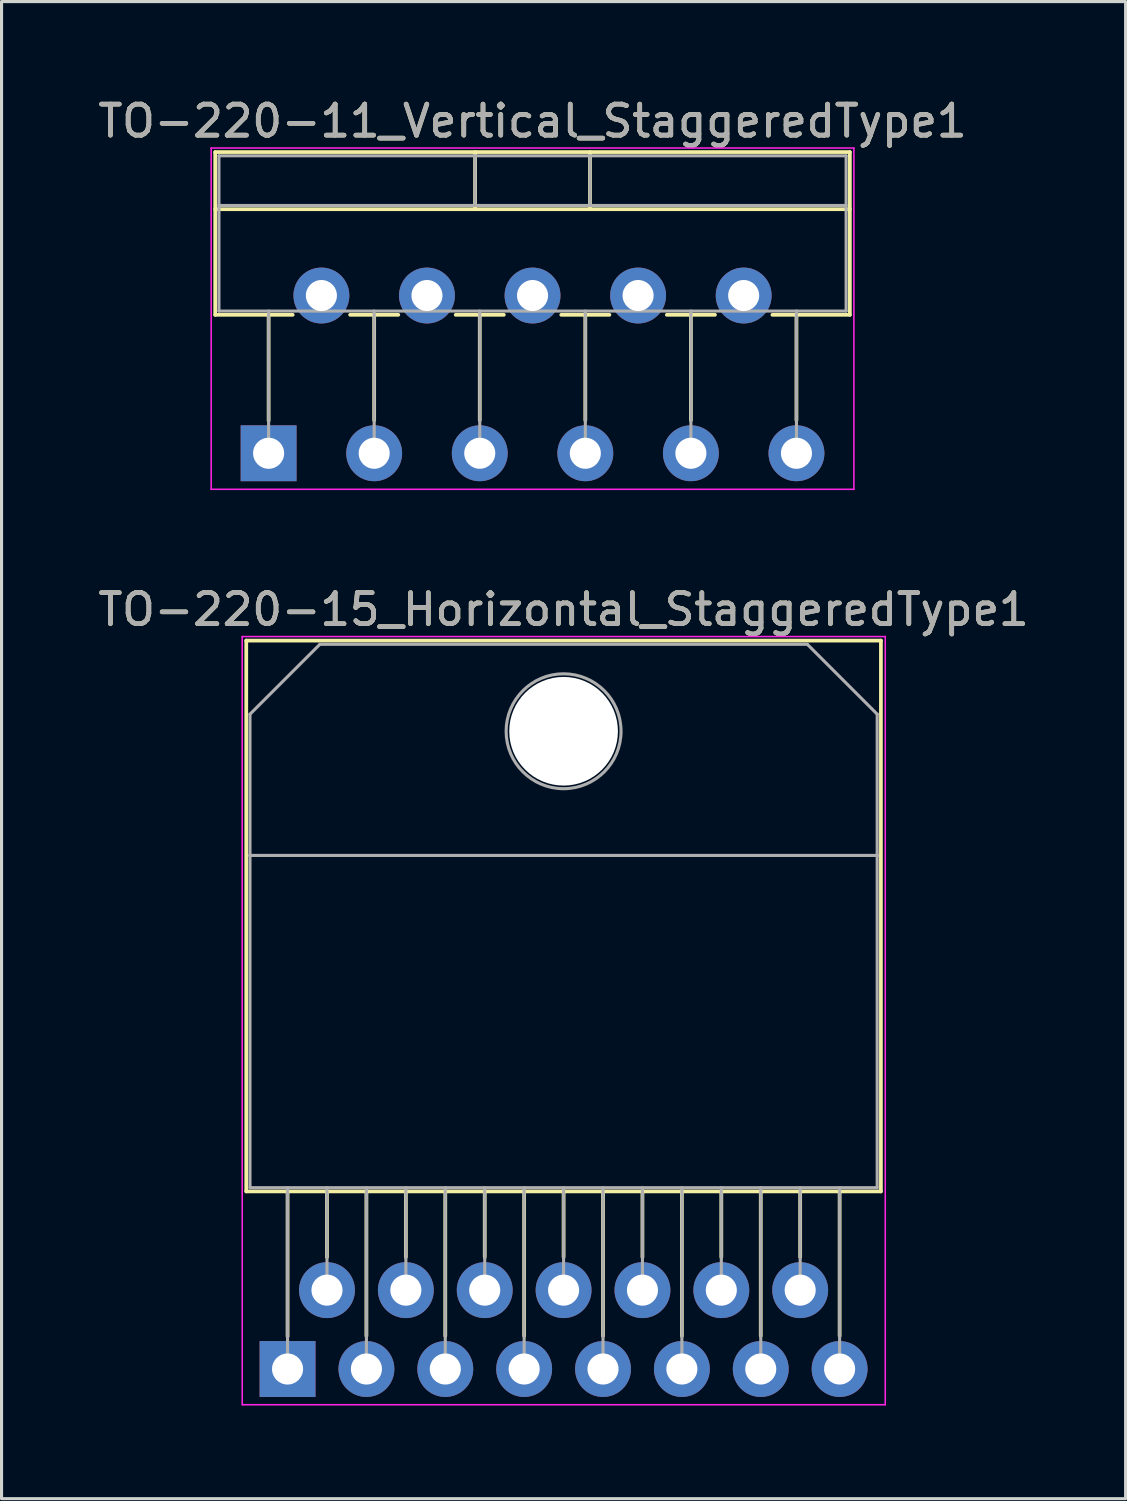
<source format=kicad_pcb>
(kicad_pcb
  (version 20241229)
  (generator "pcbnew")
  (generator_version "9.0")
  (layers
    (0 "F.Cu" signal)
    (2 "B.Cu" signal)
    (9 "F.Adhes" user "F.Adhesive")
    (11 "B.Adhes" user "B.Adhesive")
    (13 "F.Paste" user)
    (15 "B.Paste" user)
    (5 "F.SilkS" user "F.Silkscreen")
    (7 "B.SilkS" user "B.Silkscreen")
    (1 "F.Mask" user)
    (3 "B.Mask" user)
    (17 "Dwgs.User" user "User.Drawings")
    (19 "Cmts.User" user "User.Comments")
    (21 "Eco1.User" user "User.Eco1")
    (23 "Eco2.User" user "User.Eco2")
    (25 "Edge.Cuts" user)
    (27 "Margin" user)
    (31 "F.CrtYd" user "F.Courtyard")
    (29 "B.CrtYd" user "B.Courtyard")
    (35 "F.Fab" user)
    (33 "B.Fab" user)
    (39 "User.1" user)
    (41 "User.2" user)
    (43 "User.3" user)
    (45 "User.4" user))
  (footprint "TO-220-15_Horizontal_StaggeredType1"
    (layer "F.Cu")
    (at 6.211 41.041)
    (property "Reference" "TO-220-15_Horizontal_StaggeredType1" (at 8.89 -24.46 0) (layer "F.SilkS") (effects (font (size 1 1) (thickness 0.15))))
    (attr through_hole)
    (fp_line (start -1.33 -23.46) (end -1.33 -5.72) (stroke (width 0.12) (type solid)) (layer "F.SilkS"))
    (fp_line (start -1.33 -23.46) (end 19.11 -23.46) (stroke (width 0.12) (type solid)) (layer "F.SilkS"))
    (fp_line (start -1.33 -5.72) (end 19.11 -5.72) (stroke (width 0.12) (type solid)) (layer "F.SilkS"))
    (fp_line (start 0 -5.72) (end 0 -1.05) (stroke (width 0.12) (type solid)) (layer "F.SilkS"))
    (fp_line (start 1.27 -5.72) (end 1.27 -3.606) (stroke (width 0.12) (type solid)) (layer "F.SilkS"))
    (fp_line (start 2.54 -5.72) (end 2.54 -1.065) (stroke (width 0.12) (type solid)) (layer "F.SilkS"))
    (fp_line (start 3.81 -5.72) (end 3.81 -3.606) (stroke (width 0.12) (type solid)) (layer "F.SilkS"))
    (fp_line (start 5.08 -5.72) (end 5.08 -1.065) (stroke (width 0.12) (type solid)) (layer "F.SilkS"))
    (fp_line (start 6.35 -5.72) (end 6.35 -3.606) (stroke (width 0.12) (type solid)) (layer "F.SilkS"))
    (fp_line (start 7.62 -5.72) (end 7.62 -1.065) (stroke (width 0.12) (type solid)) (layer "F.SilkS"))
    (fp_line (start 8.89 -5.72) (end 8.89 -3.606) (stroke (width 0.12) (type solid)) (layer "F.SilkS"))
    (fp_line (start 10.16 -5.72) (end 10.16 -1.065) (stroke (width 0.12) (type solid)) (layer "F.SilkS"))
    (fp_line (start 11.43 -5.72) (end 11.43 -3.606) (stroke (width 0.12) (type solid)) (layer "F.SilkS"))
    (fp_line (start 12.7 -5.72) (end 12.7 -1.065) (stroke (width 0.12) (type solid)) (layer "F.SilkS"))
    (fp_line (start 13.97 -5.72) (end 13.97 -3.606) (stroke (width 0.12) (type solid)) (layer "F.SilkS"))
    (fp_line (start 15.24 -5.72) (end 15.24 -1.065) (stroke (width 0.12) (type solid)) (layer "F.SilkS"))
    (fp_line (start 16.51 -5.72) (end 16.51 -3.606) (stroke (width 0.12) (type solid)) (layer "F.SilkS"))
    (fp_line (start 17.78 -5.72) (end 17.78 -1.065) (stroke (width 0.12) (type solid)) (layer "F.SilkS"))
    (fp_line (start 19.11 -23.46) (end 19.11 -5.72) (stroke (width 0.12) (type solid)) (layer "F.SilkS"))
    (fp_line (start -1.46 -23.59) (end -1.46 1.15) (stroke (width 0.05) (type solid)) (layer "F.CrtYd"))
    (fp_line (start -1.46 1.15) (end 19.25 1.15) (stroke (width 0.05) (type solid)) (layer "F.CrtYd"))
    (fp_line (start 19.25 -23.59) (end -1.46 -23.59) (stroke (width 0.05) (type solid)) (layer "F.CrtYd"))
    (fp_line (start 19.25 1.15) (end 19.25 -23.59) (stroke (width 0.05) (type solid)) (layer "F.CrtYd"))
    (fp_line (start -1.21 -21.09) (end 1.041 -23.34) (stroke (width 0.1) (type solid)) (layer "F.Fab"))
    (fp_line (start -1.21 -16.54) (end -1.21 -21.09) (stroke (width 0.1) (type solid)) (layer "F.Fab"))
    (fp_line (start -1.21 -16.54) (end 18.99 -16.54) (stroke (width 0.1) (type solid)) (layer "F.Fab"))
    (fp_line (start -1.21 -5.84) (end -1.21 -16.54) (stroke (width 0.1) (type solid)) (layer "F.Fab"))
    (fp_line (start 0 -5.84) (end 0 0) (stroke (width 0.1) (type solid)) (layer "F.Fab"))
    (fp_line (start 1.041 -23.34) (end 16.74 -23.34) (stroke (width 0.1) (type solid)) (layer "F.Fab"))
    (fp_line (start 1.27 -5.84) (end 1.27 -2.54) (stroke (width 0.1) (type solid)) (layer "F.Fab"))
    (fp_line (start 2.54 -5.84) (end 2.54 0) (stroke (width 0.1) (type solid)) (layer "F.Fab"))
    (fp_line (start 3.81 -5.84) (end 3.81 -2.54) (stroke (width 0.1) (type solid)) (layer "F.Fab"))
    (fp_line (start 5.08 -5.84) (end 5.08 0) (stroke (width 0.1) (type solid)) (layer "F.Fab"))
    (fp_line (start 6.35 -5.84) (end 6.35 -2.54) (stroke (width 0.1) (type solid)) (layer "F.Fab"))
    (fp_line (start 7.62 -5.84) (end 7.62 0) (stroke (width 0.1) (type solid)) (layer "F.Fab"))
    (fp_line (start 8.89 -5.84) (end 8.89 -2.54) (stroke (width 0.1) (type solid)) (layer "F.Fab"))
    (fp_line (start 10.16 -5.84) (end 10.16 0) (stroke (width 0.1) (type solid)) (layer "F.Fab"))
    (fp_line (start 11.43 -5.84) (end 11.43 -2.54) (stroke (width 0.1) (type solid)) (layer "F.Fab"))
    (fp_line (start 12.7 -5.84) (end 12.7 0) (stroke (width 0.1) (type solid)) (layer "F.Fab"))
    (fp_line (start 13.97 -5.84) (end 13.97 -2.54) (stroke (width 0.1) (type solid)) (layer "F.Fab"))
    (fp_line (start 15.24 -5.84) (end 15.24 0) (stroke (width 0.1) (type solid)) (layer "F.Fab"))
    (fp_line (start 16.51 -5.84) (end 16.51 -2.54) (stroke (width 0.1) (type solid)) (layer "F.Fab"))
    (fp_line (start 16.74 -23.34) (end 18.99 -21.09) (stroke (width 0.1) (type solid)) (layer "F.Fab"))
    (fp_line (start 17.78 -5.84) (end 17.78 0) (stroke (width 0.1) (type solid)) (layer "F.Fab"))
    (fp_line (start 18.99 -21.09) (end 18.99 -16.54) (stroke (width 0.1) (type solid)) (layer "F.Fab"))
    (fp_line (start 18.99 -16.54) (end -1.21 -16.54) (stroke (width 0.1) (type solid)) (layer "F.Fab"))
    (fp_line (start 18.99 -16.54) (end 18.99 -5.84) (stroke (width 0.1) (type solid)) (layer "F.Fab"))
    (fp_line (start 18.99 -5.84) (end -1.21 -5.84) (stroke (width 0.1) (type solid)) (layer "F.Fab"))
    (fp_circle (center 8.89 -20.54) (end 10.74 -20.54) (stroke (width 0.1) (type solid)) (fill no) (layer "F.Fab"))
    (fp_text user "${REFERENCE}" (at 8.89 -24.46 0) (layer "F.Fab") (effects (font (size 1 1) (thickness 0.15))))
    (pad "" np_thru_hole oval (at 8.89 -20.54) (size 3.5 3.5) (drill 3.5) (layers "*.Cu" "*.Mask"))
    (pad "1" thru_hole rect (at 0 0) (size 1.8 1.8) (drill 1) (layers "*.Cu" "*.Mask"))
    (pad "2" thru_hole oval (at 1.27 -2.54) (size 1.8 1.8) (drill 1) (layers "*.Cu" "*.Mask"))
    (pad "3" thru_hole oval (at 2.54 0) (size 1.8 1.8) (drill 1) (layers "*.Cu" "*.Mask"))
    (pad "4" thru_hole oval (at 3.81 -2.54) (size 1.8 1.8) (drill 1) (layers "*.Cu" "*.Mask"))
    (pad "5" thru_hole oval (at 5.08 0) (size 1.8 1.8) (drill 1) (layers "*.Cu" "*.Mask"))
    (pad "6" thru_hole oval (at 6.35 -2.54) (size 1.8 1.8) (drill 1) (layers "*.Cu" "*.Mask"))
    (pad "7" thru_hole oval (at 7.62 0) (size 1.8 1.8) (drill 1) (layers "*.Cu" "*.Mask"))
    (pad "8" thru_hole oval (at 8.89 -2.54) (size 1.8 1.8) (drill 1) (layers "*.Cu" "*.Mask"))
    (pad "9" thru_hole oval (at 10.16 0) (size 1.8 1.8) (drill 1) (layers "*.Cu" "*.Mask"))
    (pad "10" thru_hole oval (at 11.43 -2.54) (size 1.8 1.8) (drill 1) (layers "*.Cu" "*.Mask"))
    (pad "11" thru_hole oval (at 12.7 0) (size 1.8 1.8) (drill 1) (layers "*.Cu" "*.Mask"))
    (pad "12" thru_hole oval (at 13.97 -2.54) (size 1.8 1.8) (drill 1) (layers "*.Cu" "*.Mask"))
    (pad "13" thru_hole oval (at 15.24 0) (size 1.8 1.8) (drill 1) (layers "*.Cu" "*.Mask"))
    (pad "14" thru_hole oval (at 16.51 -2.54) (size 1.8 1.8) (drill 1) (layers "*.Cu" "*.Mask"))
    (pad "15" thru_hole oval (at 17.78 0) (size 1.8 1.8) (drill 1) (layers "*.Cu" "*.Mask")))
  (footprint "TO-220-11_Vertical_StaggeredType1"
    (layer "F.Cu")
    (at 5.601 11.548)
    (property "Reference" "TO-220-11_Vertical_StaggeredType1" (at 8.5 -10.7 0) (layer "F.SilkS") (effects (font (size 1 1) (thickness 0.15))))
    (attr through_hole)
    (fp_line (start -1.72 -9.7) (end -1.72 -4.459) (stroke (width 0.12) (type solid)) (layer "F.SilkS"))
    (fp_line (start -1.72 -9.7) (end 18.72 -9.7) (stroke (width 0.12) (type solid)) (layer "F.SilkS"))
    (fp_line (start -1.72 -7.86) (end 18.72 -7.86) (stroke (width 0.12) (type solid)) (layer "F.SilkS"))
    (fp_line (start -1.72 -4.459) (end 0.776 -4.459) (stroke (width 0.12) (type solid)) (layer "F.SilkS"))
    (fp_line (start 0 -4.459) (end 0 -1.05) (stroke (width 0.12) (type solid)) (layer "F.SilkS"))
    (fp_line (start 2.625 -4.459) (end 4.176 -4.459) (stroke (width 0.12) (type solid)) (layer "F.SilkS"))
    (fp_line (start 3.4 -4.459) (end 3.4 -1.065) (stroke (width 0.12) (type solid)) (layer "F.SilkS"))
    (fp_line (start 6.025 -4.459) (end 7.576 -4.459) (stroke (width 0.12) (type solid)) (layer "F.SilkS"))
    (fp_line (start 6.65 -9.7) (end 6.65 -7.86) (stroke (width 0.12) (type solid)) (layer "F.SilkS"))
    (fp_line (start 6.8 -4.459) (end 6.8 -1.065) (stroke (width 0.12) (type solid)) (layer "F.SilkS"))
    (fp_line (start 9.425 -4.459) (end 10.976 -4.459) (stroke (width 0.12) (type solid)) (layer "F.SilkS"))
    (fp_line (start 10.2 -4.459) (end 10.2 -1.065) (stroke (width 0.12) (type solid)) (layer "F.SilkS"))
    (fp_line (start 10.35 -9.7) (end 10.35 -7.86) (stroke (width 0.12) (type solid)) (layer "F.SilkS"))
    (fp_line (start 12.825 -4.459) (end 14.376 -4.459) (stroke (width 0.12) (type solid)) (layer "F.SilkS"))
    (fp_line (start 13.6 -4.459) (end 13.6 -1.065) (stroke (width 0.12) (type solid)) (layer "F.SilkS"))
    (fp_line (start 16.225 -4.459) (end 18.72 -4.459) (stroke (width 0.12) (type solid)) (layer "F.SilkS"))
    (fp_line (start 17 -4.459) (end 17 -1.065) (stroke (width 0.12) (type solid)) (layer "F.SilkS"))
    (fp_line (start 18.72 -9.7) (end 18.72 -4.459) (stroke (width 0.12) (type solid)) (layer "F.SilkS"))
    (fp_line (start -1.85 -9.83) (end -1.85 1.16) (stroke (width 0.05) (type solid)) (layer "F.CrtYd"))
    (fp_line (start -1.85 1.16) (end 18.85 1.16) (stroke (width 0.05) (type solid)) (layer "F.CrtYd"))
    (fp_line (start 18.85 -9.83) (end -1.85 -9.83) (stroke (width 0.05) (type solid)) (layer "F.CrtYd"))
    (fp_line (start 18.85 1.16) (end 18.85 -9.83) (stroke (width 0.05) (type solid)) (layer "F.CrtYd"))
    (fp_line (start -1.6 -9.58) (end -1.6 -4.58) (stroke (width 0.1) (type solid)) (layer "F.Fab"))
    (fp_line (start -1.6 -7.98) (end 18.6 -7.98) (stroke (width 0.1) (type solid)) (layer "F.Fab"))
    (fp_line (start -1.6 -4.58) (end 18.6 -4.58) (stroke (width 0.1) (type solid)) (layer "F.Fab"))
    (fp_line (start 0 -4.58) (end 0 0) (stroke (width 0.1) (type solid)) (layer "F.Fab"))
    (fp_line (start 3.4 -4.58) (end 3.4 0) (stroke (width 0.1) (type solid)) (layer "F.Fab"))
    (fp_line (start 6.65 -9.58) (end 6.65 -7.98) (stroke (width 0.1) (type solid)) (layer "F.Fab"))
    (fp_line (start 6.8 -4.58) (end 6.8 0) (stroke (width 0.1) (type solid)) (layer "F.Fab"))
    (fp_line (start 10.2 -4.58) (end 10.2 0) (stroke (width 0.1) (type solid)) (layer "F.Fab"))
    (fp_line (start 10.35 -9.58) (end 10.35 -7.98) (stroke (width 0.1) (type solid)) (layer "F.Fab"))
    (fp_line (start 13.6 -4.58) (end 13.6 0) (stroke (width 0.1) (type solid)) (layer "F.Fab"))
    (fp_line (start 17 -4.58) (end 17 0) (stroke (width 0.1) (type solid)) (layer "F.Fab"))
    (fp_line (start 18.6 -9.58) (end -1.6 -9.58) (stroke (width 0.1) (type solid)) (layer "F.Fab"))
    (fp_line (start 18.6 -4.58) (end 18.6 -9.58) (stroke (width 0.1) (type solid)) (layer "F.Fab"))
    (fp_text user "${REFERENCE}" (at 8.5 -10.7 0) (layer "F.Fab") (effects (font (size 1 1) (thickness 0.15))))
    (pad "1" thru_hole rect (at 0 0) (size 1.8 1.8) (drill 1) (layers "*.Cu" "*.Mask"))
    (pad "2" thru_hole oval (at 1.7 -5.08) (size 1.8 1.8) (drill 1) (layers "*.Cu" "*.Mask"))
    (pad "3" thru_hole oval (at 3.4 0) (size 1.8 1.8) (drill 1) (layers "*.Cu" "*.Mask"))
    (pad "4" thru_hole oval (at 5.1 -5.08) (size 1.8 1.8) (drill 1) (layers "*.Cu" "*.Mask"))
    (pad "5" thru_hole oval (at 6.8 0) (size 1.8 1.8) (drill 1) (layers "*.Cu" "*.Mask"))
    (pad "6" thru_hole oval (at 8.5 -5.08) (size 1.8 1.8) (drill 1) (layers "*.Cu" "*.Mask"))
    (pad "7" thru_hole oval (at 10.2 0) (size 1.8 1.8) (drill 1) (layers "*.Cu" "*.Mask"))
    (pad "8" thru_hole oval (at 11.9 -5.08) (size 1.8 1.8) (drill 1) (layers "*.Cu" "*.Mask"))
    (pad "9" thru_hole oval (at 13.6 0) (size 1.8 1.8) (drill 1) (layers "*.Cu" "*.Mask"))
    (pad "10" thru_hole oval (at 15.3 -5.08) (size 1.8 1.8) (drill 1) (layers "*.Cu" "*.Mask"))
    (pad "11" thru_hole oval (at 17 0) (size 1.8 1.8) (drill 1) (layers "*.Cu" "*.Mask")))
  (gr_rect
    (start -3 -3)
    (end 33.202 45.217)
    (stroke (width 0.1) (type default))
    (fill no)
    (layer "Edge.Cuts")))
</source>
